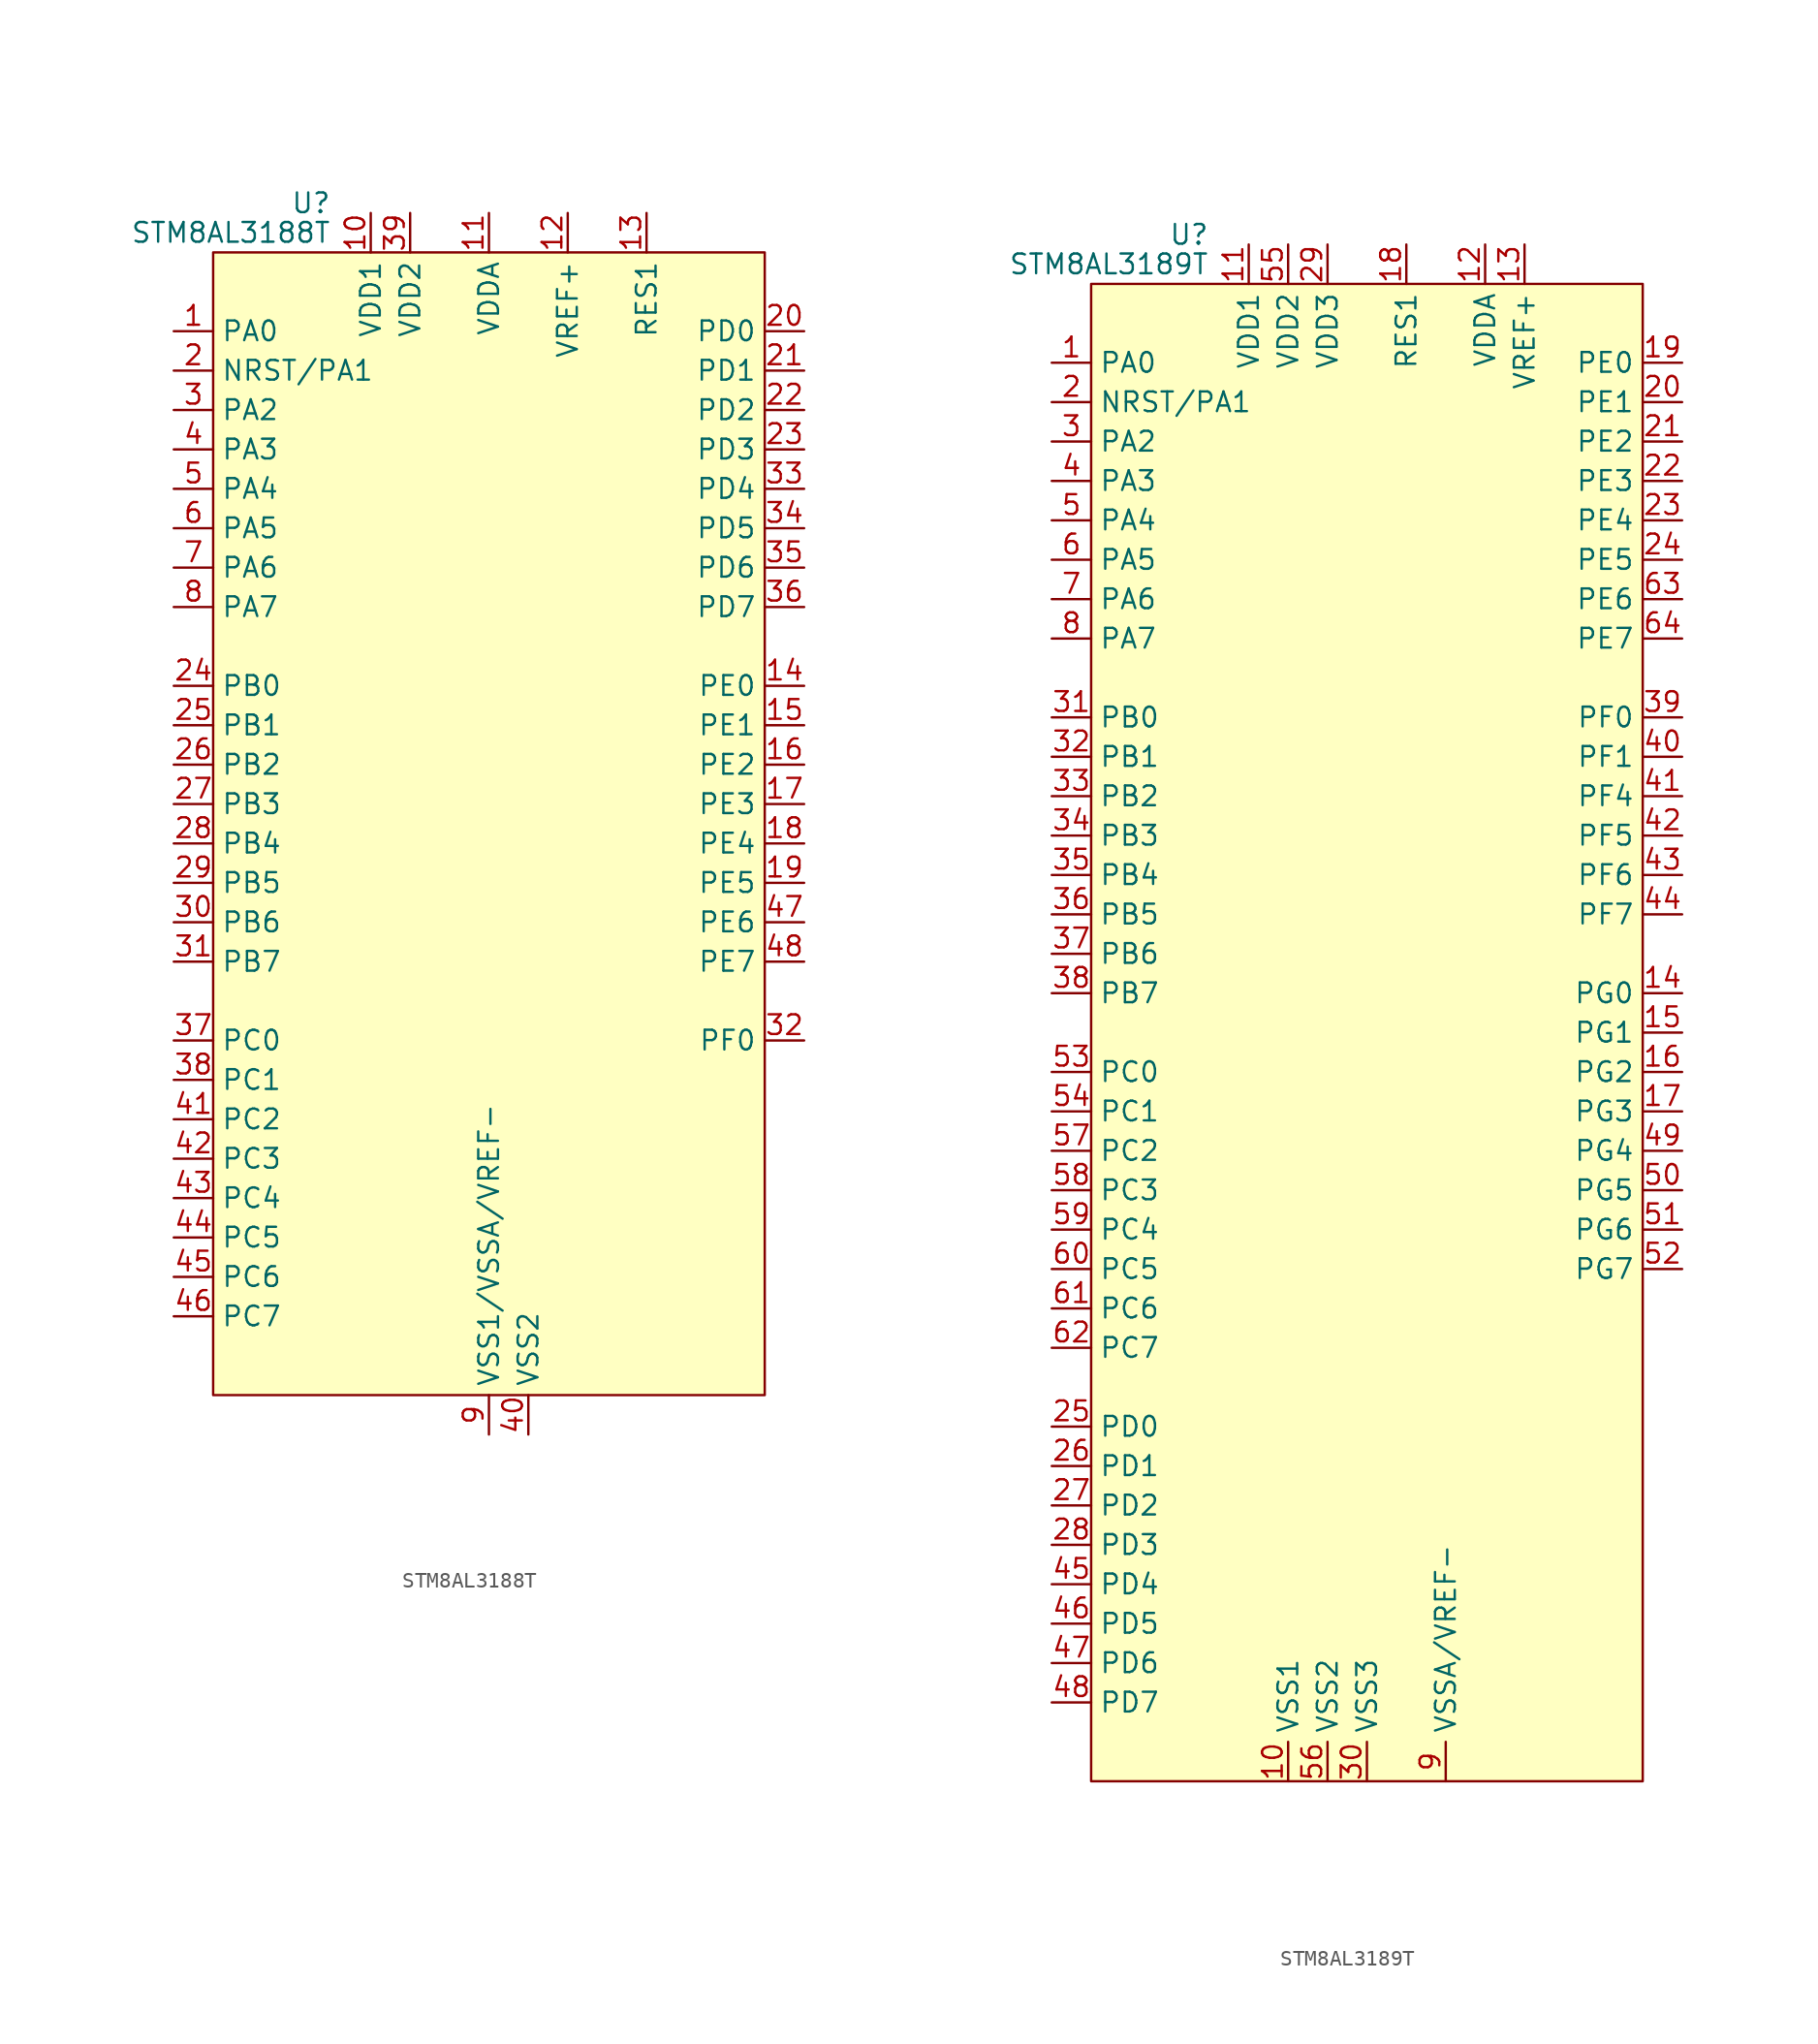
<source format=kicad_sym>
(kicad_symbol_lib
  (version 20201005)
  (generator kicad_symbol_editor)
  (symbol "MCU_ST_STM8:STM8AL3188T"
    (property "Reference" "U"
      (at -10.16 38.735 0)
      (effects (font (size 1.27 1.27)) (justify right)))
    (property "Value" "STM8AL3188T"
      (at -10.16 36.83 0)
      (effects (font (size 1.27 1.27)) (justify right)))
    (symbol "STM8AL3188T_0_0"
      (pin bidirectional line (at -20.32 30.48 0) (length 2.54) (name "PA0" (effects (font (size 1.27 1.27)))) (number "1" (effects (font (size 1.27 1.27)))))
      (pin power_in line (at -7.62 38.1 270) (length 2.54) (name "VDD1" (effects (font (size 1.27 1.27)))) (number "10" (effects (font (size 1.27 1.27)))))
      (pin power_in line (at 0 38.1 270) (length 2.54) (name "VDDA" (effects (font (size 1.27 1.27)))) (number "11" (effects (font (size 1.27 1.27)))))
      (pin power_in line (at 5.08 38.1 270) (length 2.54) (name "VREF+" (effects (font (size 1.27 1.27)))) (number "12" (effects (font (size 1.27 1.27)))))
      (pin power_in line (at 10.16 38.1 270) (length 2.54) (name "RES1" (effects (font (size 1.27 1.27)))) (number "13" (effects (font (size 1.27 1.27)))))
      (pin bidirectional line (at 20.32 7.62 180) (length 2.54) (name "PE0" (effects (font (size 1.27 1.27)))) (number "14" (effects (font (size 1.27 1.27)))))
      (pin bidirectional line (at 20.32 5.08 180) (length 2.54) (name "PE1" (effects (font (size 1.27 1.27)))) (number "15" (effects (font (size 1.27 1.27)))))
      (pin bidirectional line (at 20.32 2.54 180) (length 2.54) (name "PE2" (effects (font (size 1.27 1.27)))) (number "16" (effects (font (size 1.27 1.27)))))
      (pin bidirectional line (at 20.32 0 180) (length 2.54) (name "PE3" (effects (font (size 1.27 1.27)))) (number "17" (effects (font (size 1.27 1.27)))))
      (pin bidirectional line (at 20.32 -2.54 180) (length 2.54) (name "PE4" (effects (font (size 1.27 1.27)))) (number "18" (effects (font (size 1.27 1.27)))))
      (pin bidirectional line (at 20.32 -5.08 180) (length 2.54) (name "PE5" (effects (font (size 1.27 1.27)))) (number "19" (effects (font (size 1.27 1.27)))))
      (pin bidirectional line (at -20.32 27.94 0) (length 2.54) (name "NRST/PA1" (effects (font (size 1.27 1.27)))) (number "2" (effects (font (size 1.27 1.27)))))
      (pin bidirectional line (at 20.32 30.48 180) (length 2.54) (name "PD0" (effects (font (size 1.27 1.27)))) (number "20" (effects (font (size 1.27 1.27)))))
      (pin bidirectional line (at 20.32 27.94 180) (length 2.54) (name "PD1" (effects (font (size 1.27 1.27)))) (number "21" (effects (font (size 1.27 1.27)))))
      (pin bidirectional line (at 20.32 25.4 180) (length 2.54) (name "PD2" (effects (font (size 1.27 1.27)))) (number "22" (effects (font (size 1.27 1.27)))))
      (pin bidirectional line (at 20.32 22.86 180) (length 2.54) (name "PD3" (effects (font (size 1.27 1.27)))) (number "23" (effects (font (size 1.27 1.27)))))
      (pin bidirectional line (at -20.32 7.62 0) (length 2.54) (name "PB0" (effects (font (size 1.27 1.27)))) (number "24" (effects (font (size 1.27 1.27)))))
      (pin bidirectional line (at -20.32 5.08 0) (length 2.54) (name "PB1" (effects (font (size 1.27 1.27)))) (number "25" (effects (font (size 1.27 1.27)))))
      (pin bidirectional line (at -20.32 2.54 0) (length 2.54) (name "PB2" (effects (font (size 1.27 1.27)))) (number "26" (effects (font (size 1.27 1.27)))))
      (pin bidirectional line (at -20.32 0 0) (length 2.54) (name "PB3" (effects (font (size 1.27 1.27)))) (number "27" (effects (font (size 1.27 1.27)))))
      (pin bidirectional line (at -20.32 -2.54 0) (length 2.54) (name "PB4" (effects (font (size 1.27 1.27)))) (number "28" (effects (font (size 1.27 1.27)))))
      (pin bidirectional line (at -20.32 -5.08 0) (length 2.54) (name "PB5" (effects (font (size 1.27 1.27)))) (number "29" (effects (font (size 1.27 1.27)))))
      (pin bidirectional line (at -20.32 25.4 0) (length 2.54) (name "PA2" (effects (font (size 1.27 1.27)))) (number "3" (effects (font (size 1.27 1.27)))))
      (pin bidirectional line (at -20.32 -7.62 0) (length 2.54) (name "PB6" (effects (font (size 1.27 1.27)))) (number "30" (effects (font (size 1.27 1.27)))))
      (pin bidirectional line (at -20.32 -10.16 0) (length 2.54) (name "PB7" (effects (font (size 1.27 1.27)))) (number "31" (effects (font (size 1.27 1.27)))))
      (pin bidirectional line (at 20.32 -15.24 180) (length 2.54) (name "PF0" (effects (font (size 1.27 1.27)))) (number "32" (effects (font (size 1.27 1.27)))))
      (pin bidirectional line (at 20.32 20.32 180) (length 2.54) (name "PD4" (effects (font (size 1.27 1.27)))) (number "33" (effects (font (size 1.27 1.27)))))
      (pin bidirectional line (at 20.32 17.78 180) (length 2.54) (name "PD5" (effects (font (size 1.27 1.27)))) (number "34" (effects (font (size 1.27 1.27)))))
      (pin bidirectional line (at 20.32 15.24 180) (length 2.54) (name "PD6" (effects (font (size 1.27 1.27)))) (number "35" (effects (font (size 1.27 1.27)))))
      (pin bidirectional line (at 20.32 12.7 180) (length 2.54) (name "PD7" (effects (font (size 1.27 1.27)))) (number "36" (effects (font (size 1.27 1.27)))))
      (pin bidirectional line (at -20.32 -15.24 0) (length 2.54) (name "PC0" (effects (font (size 1.27 1.27)))) (number "37" (effects (font (size 1.27 1.27)))))
      (pin bidirectional line (at -20.32 -17.78 0) (length 2.54) (name "PC1" (effects (font (size 1.27 1.27)))) (number "38" (effects (font (size 1.27 1.27)))))
      (pin power_in line (at -5.08 38.1 270) (length 2.54) (name "VDD2" (effects (font (size 1.27 1.27)))) (number "39" (effects (font (size 1.27 1.27)))))
      (pin bidirectional line (at -20.32 22.86 0) (length 2.54) (name "PA3" (effects (font (size 1.27 1.27)))) (number "4" (effects (font (size 1.27 1.27)))))
      (pin power_in line (at 2.54 -40.64 90) (length 2.54) (name "VSS2" (effects (font (size 1.27 1.27)))) (number "40" (effects (font (size 1.27 1.27)))))
      (pin bidirectional line (at -20.32 -20.32 0) (length 2.54) (name "PC2" (effects (font (size 1.27 1.27)))) (number "41" (effects (font (size 1.27 1.27)))))
      (pin bidirectional line (at -20.32 -22.86 0) (length 2.54) (name "PC3" (effects (font (size 1.27 1.27)))) (number "42" (effects (font (size 1.27 1.27)))))
      (pin bidirectional line (at -20.32 -25.4 0) (length 2.54) (name "PC4" (effects (font (size 1.27 1.27)))) (number "43" (effects (font (size 1.27 1.27)))))
      (pin bidirectional line (at -20.32 -27.94 0) (length 2.54) (name "PC5" (effects (font (size 1.27 1.27)))) (number "44" (effects (font (size 1.27 1.27)))))
      (pin bidirectional line (at -20.32 -30.48 0) (length 2.54) (name "PC6" (effects (font (size 1.27 1.27)))) (number "45" (effects (font (size 1.27 1.27)))))
      (pin bidirectional line (at -20.32 -33.02 0) (length 2.54) (name "PC7" (effects (font (size 1.27 1.27)))) (number "46" (effects (font (size 1.27 1.27)))))
      (pin bidirectional line (at 20.32 -7.62 180) (length 2.54) (name "PE6" (effects (font (size 1.27 1.27)))) (number "47" (effects (font (size 1.27 1.27)))))
      (pin bidirectional line (at 20.32 -10.16 180) (length 2.54) (name "PE7" (effects (font (size 1.27 1.27)))) (number "48" (effects (font (size 1.27 1.27)))))
      (pin bidirectional line (at -20.32 20.32 0) (length 2.54) (name "PA4" (effects (font (size 1.27 1.27)))) (number "5" (effects (font (size 1.27 1.27)))))
      (pin bidirectional line (at -20.32 17.78 0) (length 2.54) (name "PA5" (effects (font (size 1.27 1.27)))) (number "6" (effects (font (size 1.27 1.27)))))
      (pin bidirectional line (at -20.32 15.24 0) (length 2.54) (name "PA6" (effects (font (size 1.27 1.27)))) (number "7" (effects (font (size 1.27 1.27)))))
      (pin bidirectional line (at -20.32 12.7 0) (length 2.54) (name "PA7" (effects (font (size 1.27 1.27)))) (number "8" (effects (font (size 1.27 1.27)))))
      (pin power_in line (at 0 -40.64 90) (length 2.54) (name "VSS1/VSSA/VREF-" (effects (font (size 1.27 1.27)))) (number "9" (effects (font (size 1.27 1.27))))))
    (symbol "STM8AL3188T_0_1"
      (rectangle (start -17.78 35.56) (end 17.78 -38.1) (stroke (width 0)) (fill (type background)))))
  (symbol "MCU_ST_STM8:STM8AL3189T"
    (property "Reference" "U"
      (at -10.16 51.435 0)
      (effects (font (size 1.27 1.27)) (justify right)))
    (property "Value" "STM8AL3189T"
      (at -10.16 49.53 0)
      (effects (font (size 1.27 1.27)) (justify right)))
    (symbol "STM8AL3189T_0_0"
      (pin bidirectional line (at -20.32 43.18 0) (length 2.54) (name "PA0" (effects (font (size 1.27 1.27)))) (number "1" (effects (font (size 1.27 1.27)))))
      (pin power_in line (at -5.08 -48.26 90) (length 2.54) (name "VSS1" (effects (font (size 1.27 1.27)))) (number "10" (effects (font (size 1.27 1.27)))))
      (pin power_in line (at -7.62 50.8 270) (length 2.54) (name "VDD1" (effects (font (size 1.27 1.27)))) (number "11" (effects (font (size 1.27 1.27)))))
      (pin power_in line (at 7.62 50.8 270) (length 2.54) (name "VDDA" (effects (font (size 1.27 1.27)))) (number "12" (effects (font (size 1.27 1.27)))))
      (pin power_in line (at 10.16 50.8 270) (length 2.54) (name "VREF+" (effects (font (size 1.27 1.27)))) (number "13" (effects (font (size 1.27 1.27)))))
      (pin bidirectional line (at 20.32 2.54 180) (length 2.54) (name "PG0" (effects (font (size 1.27 1.27)))) (number "14" (effects (font (size 1.27 1.27)))))
      (pin bidirectional line (at 20.32 0 180) (length 2.54) (name "PG1" (effects (font (size 1.27 1.27)))) (number "15" (effects (font (size 1.27 1.27)))))
      (pin bidirectional line (at 20.32 -2.54 180) (length 2.54) (name "PG2" (effects (font (size 1.27 1.27)))) (number "16" (effects (font (size 1.27 1.27)))))
      (pin bidirectional line (at 20.32 -5.08 180) (length 2.54) (name "PG3" (effects (font (size 1.27 1.27)))) (number "17" (effects (font (size 1.27 1.27)))))
      (pin power_in line (at 2.54 50.8 270) (length 2.54) (name "RES1" (effects (font (size 1.27 1.27)))) (number "18" (effects (font (size 1.27 1.27)))))
      (pin bidirectional line (at 20.32 43.18 180) (length 2.54) (name "PE0" (effects (font (size 1.27 1.27)))) (number "19" (effects (font (size 1.27 1.27)))))
      (pin bidirectional line (at -20.32 40.64 0) (length 2.54) (name "NRST/PA1" (effects (font (size 1.27 1.27)))) (number "2" (effects (font (size 1.27 1.27)))))
      (pin bidirectional line (at 20.32 40.64 180) (length 2.54) (name "PE1" (effects (font (size 1.27 1.27)))) (number "20" (effects (font (size 1.27 1.27)))))
      (pin bidirectional line (at 20.32 38.1 180) (length 2.54) (name "PE2" (effects (font (size 1.27 1.27)))) (number "21" (effects (font (size 1.27 1.27)))))
      (pin bidirectional line (at 20.32 35.56 180) (length 2.54) (name "PE3" (effects (font (size 1.27 1.27)))) (number "22" (effects (font (size 1.27 1.27)))))
      (pin bidirectional line (at 20.32 33.02 180) (length 2.54) (name "PE4" (effects (font (size 1.27 1.27)))) (number "23" (effects (font (size 1.27 1.27)))))
      (pin bidirectional line (at 20.32 30.48 180) (length 2.54) (name "PE5" (effects (font (size 1.27 1.27)))) (number "24" (effects (font (size 1.27 1.27)))))
      (pin bidirectional line (at -20.32 -25.4 0) (length 2.54) (name "PD0" (effects (font (size 1.27 1.27)))) (number "25" (effects (font (size 1.27 1.27)))))
      (pin bidirectional line (at -20.32 -27.94 0) (length 2.54) (name "PD1" (effects (font (size 1.27 1.27)))) (number "26" (effects (font (size 1.27 1.27)))))
      (pin bidirectional line (at -20.32 -30.48 0) (length 2.54) (name "PD2" (effects (font (size 1.27 1.27)))) (number "27" (effects (font (size 1.27 1.27)))))
      (pin bidirectional line (at -20.32 -33.02 0) (length 2.54) (name "PD3" (effects (font (size 1.27 1.27)))) (number "28" (effects (font (size 1.27 1.27)))))
      (pin power_in line (at -2.54 50.8 270) (length 2.54) (name "VDD3" (effects (font (size 1.27 1.27)))) (number "29" (effects (font (size 1.27 1.27)))))
      (pin bidirectional line (at -20.32 38.1 0) (length 2.54) (name "PA2" (effects (font (size 1.27 1.27)))) (number "3" (effects (font (size 1.27 1.27)))))
      (pin power_in line (at 0 -48.26 90) (length 2.54) (name "VSS3" (effects (font (size 1.27 1.27)))) (number "30" (effects (font (size 1.27 1.27)))))
      (pin bidirectional line (at -20.32 20.32 0) (length 2.54) (name "PB0" (effects (font (size 1.27 1.27)))) (number "31" (effects (font (size 1.27 1.27)))))
      (pin bidirectional line (at -20.32 17.78 0) (length 2.54) (name "PB1" (effects (font (size 1.27 1.27)))) (number "32" (effects (font (size 1.27 1.27)))))
      (pin bidirectional line (at -20.32 15.24 0) (length 2.54) (name "PB2" (effects (font (size 1.27 1.27)))) (number "33" (effects (font (size 1.27 1.27)))))
      (pin bidirectional line (at -20.32 12.7 0) (length 2.54) (name "PB3" (effects (font (size 1.27 1.27)))) (number "34" (effects (font (size 1.27 1.27)))))
      (pin bidirectional line (at -20.32 10.16 0) (length 2.54) (name "PB4" (effects (font (size 1.27 1.27)))) (number "35" (effects (font (size 1.27 1.27)))))
      (pin bidirectional line (at -20.32 7.62 0) (length 2.54) (name "PB5" (effects (font (size 1.27 1.27)))) (number "36" (effects (font (size 1.27 1.27)))))
      (pin bidirectional line (at -20.32 5.08 0) (length 2.54) (name "PB6" (effects (font (size 1.27 1.27)))) (number "37" (effects (font (size 1.27 1.27)))))
      (pin bidirectional line (at -20.32 2.54 0) (length 2.54) (name "PB7" (effects (font (size 1.27 1.27)))) (number "38" (effects (font (size 1.27 1.27)))))
      (pin bidirectional line (at 20.32 20.32 180) (length 2.54) (name "PF0" (effects (font (size 1.27 1.27)))) (number "39" (effects (font (size 1.27 1.27)))))
      (pin bidirectional line (at -20.32 35.56 0) (length 2.54) (name "PA3" (effects (font (size 1.27 1.27)))) (number "4" (effects (font (size 1.27 1.27)))))
      (pin bidirectional line (at 20.32 17.78 180) (length 2.54) (name "PF1" (effects (font (size 1.27 1.27)))) (number "40" (effects (font (size 1.27 1.27)))))
      (pin bidirectional line (at 20.32 15.24 180) (length 2.54) (name "PF4" (effects (font (size 1.27 1.27)))) (number "41" (effects (font (size 1.27 1.27)))))
      (pin bidirectional line (at 20.32 12.7 180) (length 2.54) (name "PF5" (effects (font (size 1.27 1.27)))) (number "42" (effects (font (size 1.27 1.27)))))
      (pin bidirectional line (at 20.32 10.16 180) (length 2.54) (name "PF6" (effects (font (size 1.27 1.27)))) (number "43" (effects (font (size 1.27 1.27)))))
      (pin bidirectional line (at 20.32 7.62 180) (length 2.54) (name "PF7" (effects (font (size 1.27 1.27)))) (number "44" (effects (font (size 1.27 1.27)))))
      (pin bidirectional line (at -20.32 -35.56 0) (length 2.54) (name "PD4" (effects (font (size 1.27 1.27)))) (number "45" (effects (font (size 1.27 1.27)))))
      (pin bidirectional line (at -20.32 -38.1 0) (length 2.54) (name "PD5" (effects (font (size 1.27 1.27)))) (number "46" (effects (font (size 1.27 1.27)))))
      (pin bidirectional line (at -20.32 -40.64 0) (length 2.54) (name "PD6" (effects (font (size 1.27 1.27)))) (number "47" (effects (font (size 1.27 1.27)))))
      (pin bidirectional line (at -20.32 -43.18 0) (length 2.54) (name "PD7" (effects (font (size 1.27 1.27)))) (number "48" (effects (font (size 1.27 1.27)))))
      (pin bidirectional line (at 20.32 -7.62 180) (length 2.54) (name "PG4" (effects (font (size 1.27 1.27)))) (number "49" (effects (font (size 1.27 1.27)))))
      (pin bidirectional line (at -20.32 33.02 0) (length 2.54) (name "PA4" (effects (font (size 1.27 1.27)))) (number "5" (effects (font (size 1.27 1.27)))))
      (pin bidirectional line (at 20.32 -10.16 180) (length 2.54) (name "PG5" (effects (font (size 1.27 1.27)))) (number "50" (effects (font (size 1.27 1.27)))))
      (pin bidirectional line (at 20.32 -12.7 180) (length 2.54) (name "PG6" (effects (font (size 1.27 1.27)))) (number "51" (effects (font (size 1.27 1.27)))))
      (pin bidirectional line (at 20.32 -15.24 180) (length 2.54) (name "PG7" (effects (font (size 1.27 1.27)))) (number "52" (effects (font (size 1.27 1.27)))))
      (pin bidirectional line (at -20.32 -2.54 0) (length 2.54) (name "PC0" (effects (font (size 1.27 1.27)))) (number "53" (effects (font (size 1.27 1.27)))))
      (pin bidirectional line (at -20.32 -5.08 0) (length 2.54) (name "PC1" (effects (font (size 1.27 1.27)))) (number "54" (effects (font (size 1.27 1.27)))))
      (pin power_in line (at -5.08 50.8 270) (length 2.54) (name "VDD2" (effects (font (size 1.27 1.27)))) (number "55" (effects (font (size 1.27 1.27)))))
      (pin power_in line (at -2.54 -48.26 90) (length 2.54) (name "VSS2" (effects (font (size 1.27 1.27)))) (number "56" (effects (font (size 1.27 1.27)))))
      (pin bidirectional line (at -20.32 -7.62 0) (length 2.54) (name "PC2" (effects (font (size 1.27 1.27)))) (number "57" (effects (font (size 1.27 1.27)))))
      (pin bidirectional line (at -20.32 -10.16 0) (length 2.54) (name "PC3" (effects (font (size 1.27 1.27)))) (number "58" (effects (font (size 1.27 1.27)))))
      (pin bidirectional line (at -20.32 -12.7 0) (length 2.54) (name "PC4" (effects (font (size 1.27 1.27)))) (number "59" (effects (font (size 1.27 1.27)))))
      (pin bidirectional line (at -20.32 30.48 0) (length 2.54) (name "PA5" (effects (font (size 1.27 1.27)))) (number "6" (effects (font (size 1.27 1.27)))))
      (pin bidirectional line (at -20.32 -15.24 0) (length 2.54) (name "PC5" (effects (font (size 1.27 1.27)))) (number "60" (effects (font (size 1.27 1.27)))))
      (pin bidirectional line (at -20.32 -17.78 0) (length 2.54) (name "PC6" (effects (font (size 1.27 1.27)))) (number "61" (effects (font (size 1.27 1.27)))))
      (pin bidirectional line (at -20.32 -20.32 0) (length 2.54) (name "PC7" (effects (font (size 1.27 1.27)))) (number "62" (effects (font (size 1.27 1.27)))))
      (pin bidirectional line (at 20.32 27.94 180) (length 2.54) (name "PE6" (effects (font (size 1.27 1.27)))) (number "63" (effects (font (size 1.27 1.27)))))
      (pin bidirectional line (at 20.32 25.4 180) (length 2.54) (name "PE7" (effects (font (size 1.27 1.27)))) (number "64" (effects (font (size 1.27 1.27)))))
      (pin bidirectional line (at -20.32 27.94 0) (length 2.54) (name "PA6" (effects (font (size 1.27 1.27)))) (number "7" (effects (font (size 1.27 1.27)))))
      (pin bidirectional line (at -20.32 25.4 0) (length 2.54) (name "PA7" (effects (font (size 1.27 1.27)))) (number "8" (effects (font (size 1.27 1.27)))))
      (pin power_in line (at 5.08 -48.26 90) (length 2.54) (name "VSSA/VREF-" (effects (font (size 1.27 1.27)))) (number "9" (effects (font (size 1.27 1.27))))))
    (symbol "STM8AL3189T_0_1"
      (rectangle (start -17.78 48.26) (end 17.78 -48.26) (stroke (width 0)) (fill (type background))))))
</source>
